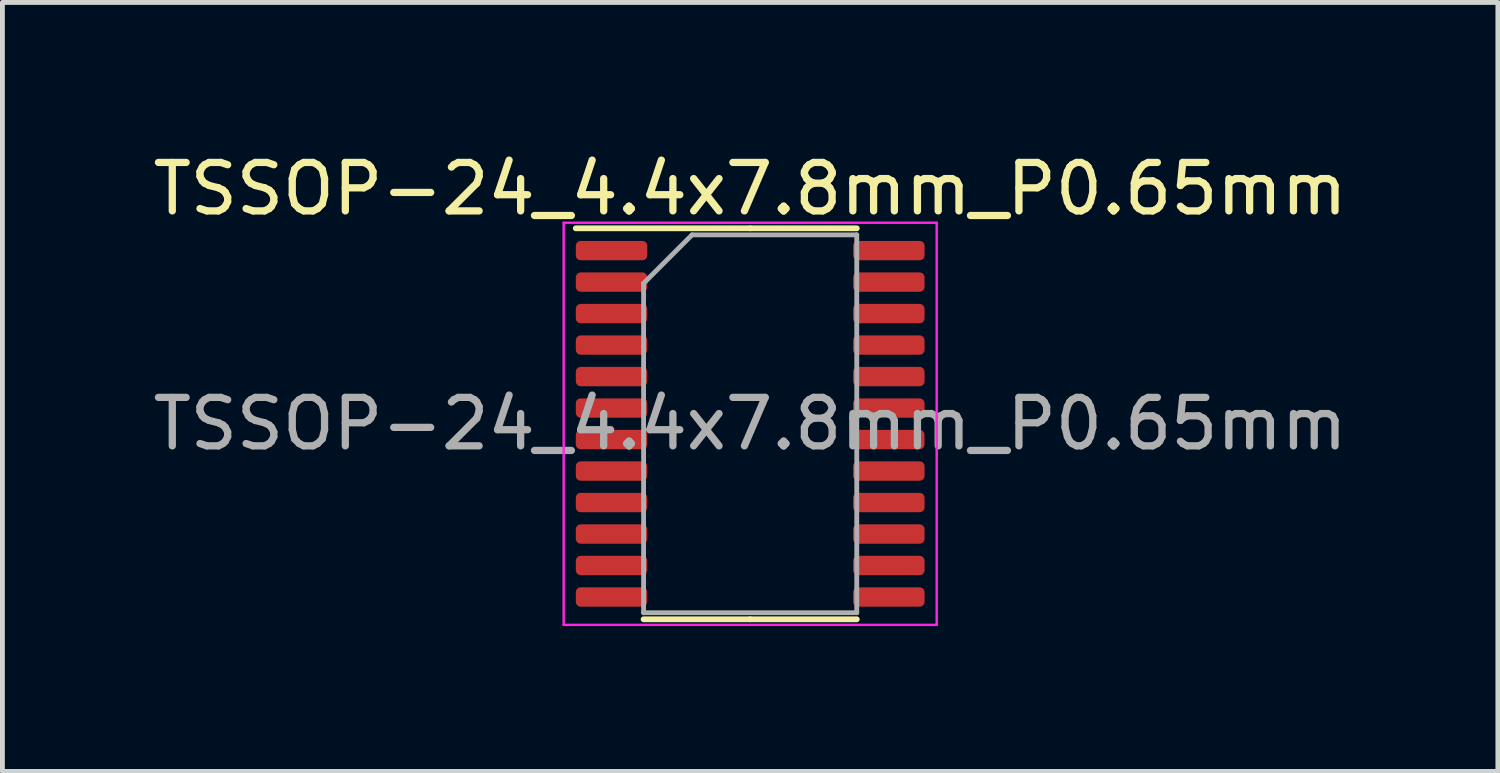
<source format=kicad_pcb>
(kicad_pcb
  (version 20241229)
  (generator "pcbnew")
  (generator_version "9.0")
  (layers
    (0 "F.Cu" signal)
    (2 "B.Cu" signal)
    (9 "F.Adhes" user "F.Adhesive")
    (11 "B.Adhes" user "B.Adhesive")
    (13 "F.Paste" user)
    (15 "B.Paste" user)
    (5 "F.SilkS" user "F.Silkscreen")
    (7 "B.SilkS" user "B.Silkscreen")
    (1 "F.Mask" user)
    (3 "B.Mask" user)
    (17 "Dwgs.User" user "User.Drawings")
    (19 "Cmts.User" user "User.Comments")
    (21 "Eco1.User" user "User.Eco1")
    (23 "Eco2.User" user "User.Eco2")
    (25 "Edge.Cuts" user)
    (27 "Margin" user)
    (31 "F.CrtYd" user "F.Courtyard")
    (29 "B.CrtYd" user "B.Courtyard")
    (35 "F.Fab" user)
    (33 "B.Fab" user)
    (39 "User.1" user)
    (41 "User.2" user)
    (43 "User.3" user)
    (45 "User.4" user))
  (footprint "TSSOP-24_4.4x7.8mm_P0.65mm"
    (layer "F.Cu")
    (at 12.435 5.698)
    (property "Reference" "TSSOP-24_4.4x7.8mm_P0.65mm" (at 0 -4.85 0) (layer "F.SilkS") (effects (font (size 1 1) (thickness 0.15))))
    (attr smd)
    (fp_line (start 0 -4.035) (end -3.6 -4.035) (stroke (width 0.12) (type solid)) (layer "F.SilkS"))
    (fp_line (start 0 -4.035) (end 2.2 -4.035) (stroke (width 0.12) (type solid)) (layer "F.SilkS"))
    (fp_line (start 0 4.035) (end -2.2 4.035) (stroke (width 0.12) (type solid)) (layer "F.SilkS"))
    (fp_line (start 0 4.035) (end 2.2 4.035) (stroke (width 0.12) (type solid)) (layer "F.SilkS"))
    (fp_line (start -3.85 -4.15) (end -3.85 4.15) (stroke (width 0.05) (type solid)) (layer "F.CrtYd"))
    (fp_line (start -3.85 4.15) (end 3.85 4.15) (stroke (width 0.05) (type solid)) (layer "F.CrtYd"))
    (fp_line (start 3.85 -4.15) (end -3.85 -4.15) (stroke (width 0.05) (type solid)) (layer "F.CrtYd"))
    (fp_line (start 3.85 4.15) (end 3.85 -4.15) (stroke (width 0.05) (type solid)) (layer "F.CrtYd"))
    (fp_line (start -2.2 -2.9) (end -1.2 -3.9) (stroke (width 0.1) (type solid)) (layer "F.Fab"))
    (fp_line (start -2.2 3.9) (end -2.2 -2.9) (stroke (width 0.1) (type solid)) (layer "F.Fab"))
    (fp_line (start -1.2 -3.9) (end 2.2 -3.9) (stroke (width 0.1) (type solid)) (layer "F.Fab"))
    (fp_line (start 2.2 -3.9) (end 2.2 3.9) (stroke (width 0.1) (type solid)) (layer "F.Fab"))
    (fp_line (start 2.2 3.9) (end -2.2 3.9) (stroke (width 0.1) (type solid)) (layer "F.Fab"))
    (fp_text user "${REFERENCE}" (at 0 0 0) (layer "F.Fab") (effects (font (size 1 1) (thickness 0.15))))
    (pad "1" smd roundrect (at -2.862 -3.575) (size 1.475 0.4) (layers "F.Cu" "F.Mask" "F.Paste") (roundrect_rratio 0.25))
    (pad "2" smd roundrect (at -2.862 -2.925) (size 1.475 0.4) (layers "F.Cu" "F.Mask" "F.Paste") (roundrect_rratio 0.25))
    (pad "3" smd roundrect (at -2.862 -2.275) (size 1.475 0.4) (layers "F.Cu" "F.Mask" "F.Paste") (roundrect_rratio 0.25))
    (pad "4" smd roundrect (at -2.862 -1.625) (size 1.475 0.4) (layers "F.Cu" "F.Mask" "F.Paste") (roundrect_rratio 0.25))
    (pad "5" smd roundrect (at -2.862 -0.975) (size 1.475 0.4) (layers "F.Cu" "F.Mask" "F.Paste") (roundrect_rratio 0.25))
    (pad "6" smd roundrect (at -2.862 -0.325) (size 1.475 0.4) (layers "F.Cu" "F.Mask" "F.Paste") (roundrect_rratio 0.25))
    (pad "7" smd roundrect (at -2.862 0.325) (size 1.475 0.4) (layers "F.Cu" "F.Mask" "F.Paste") (roundrect_rratio 0.25))
    (pad "8" smd roundrect (at -2.862 0.975) (size 1.475 0.4) (layers "F.Cu" "F.Mask" "F.Paste") (roundrect_rratio 0.25))
    (pad "9" smd roundrect (at -2.862 1.625) (size 1.475 0.4) (layers "F.Cu" "F.Mask" "F.Paste") (roundrect_rratio 0.25))
    (pad "10" smd roundrect (at -2.862 2.275) (size 1.475 0.4) (layers "F.Cu" "F.Mask" "F.Paste") (roundrect_rratio 0.25))
    (pad "11" smd roundrect (at -2.862 2.925) (size 1.475 0.4) (layers "F.Cu" "F.Mask" "F.Paste") (roundrect_rratio 0.25))
    (pad "12" smd roundrect (at -2.862 3.575) (size 1.475 0.4) (layers "F.Cu" "F.Mask" "F.Paste") (roundrect_rratio 0.25))
    (pad "13" smd roundrect (at 2.862 3.575) (size 1.475 0.4) (layers "F.Cu" "F.Mask" "F.Paste") (roundrect_rratio 0.25))
    (pad "14" smd roundrect (at 2.862 2.925) (size 1.475 0.4) (layers "F.Cu" "F.Mask" "F.Paste") (roundrect_rratio 0.25))
    (pad "15" smd roundrect (at 2.862 2.275) (size 1.475 0.4) (layers "F.Cu" "F.Mask" "F.Paste") (roundrect_rratio 0.25))
    (pad "16" smd roundrect (at 2.862 1.625) (size 1.475 0.4) (layers "F.Cu" "F.Mask" "F.Paste") (roundrect_rratio 0.25))
    (pad "17" smd roundrect (at 2.862 0.975) (size 1.475 0.4) (layers "F.Cu" "F.Mask" "F.Paste") (roundrect_rratio 0.25))
    (pad "18" smd roundrect (at 2.862 0.325) (size 1.475 0.4) (layers "F.Cu" "F.Mask" "F.Paste") (roundrect_rratio 0.25))
    (pad "19" smd roundrect (at 2.862 -0.325) (size 1.475 0.4) (layers "F.Cu" "F.Mask" "F.Paste") (roundrect_rratio 0.25))
    (pad "20" smd roundrect (at 2.862 -0.975) (size 1.475 0.4) (layers "F.Cu" "F.Mask" "F.Paste") (roundrect_rratio 0.25))
    (pad "21" smd roundrect (at 2.862 -1.625) (size 1.475 0.4) (layers "F.Cu" "F.Mask" "F.Paste") (roundrect_rratio 0.25))
    (pad "22" smd roundrect (at 2.862 -2.275) (size 1.475 0.4) (layers "F.Cu" "F.Mask" "F.Paste") (roundrect_rratio 0.25))
    (pad "23" smd roundrect (at 2.862 -2.925) (size 1.475 0.4) (layers "F.Cu" "F.Mask" "F.Paste") (roundrect_rratio 0.25))
    (pad "24" smd roundrect (at 2.862 -3.575) (size 1.475 0.4) (layers "F.Cu" "F.Mask" "F.Paste") (roundrect_rratio 0.25)))
  (gr_rect
    (start -3 -3)
    (end 27.869 12.873)
    (stroke (width 0.1) (type default))
    (fill no)
    (layer "Edge.Cuts")))
</source>
